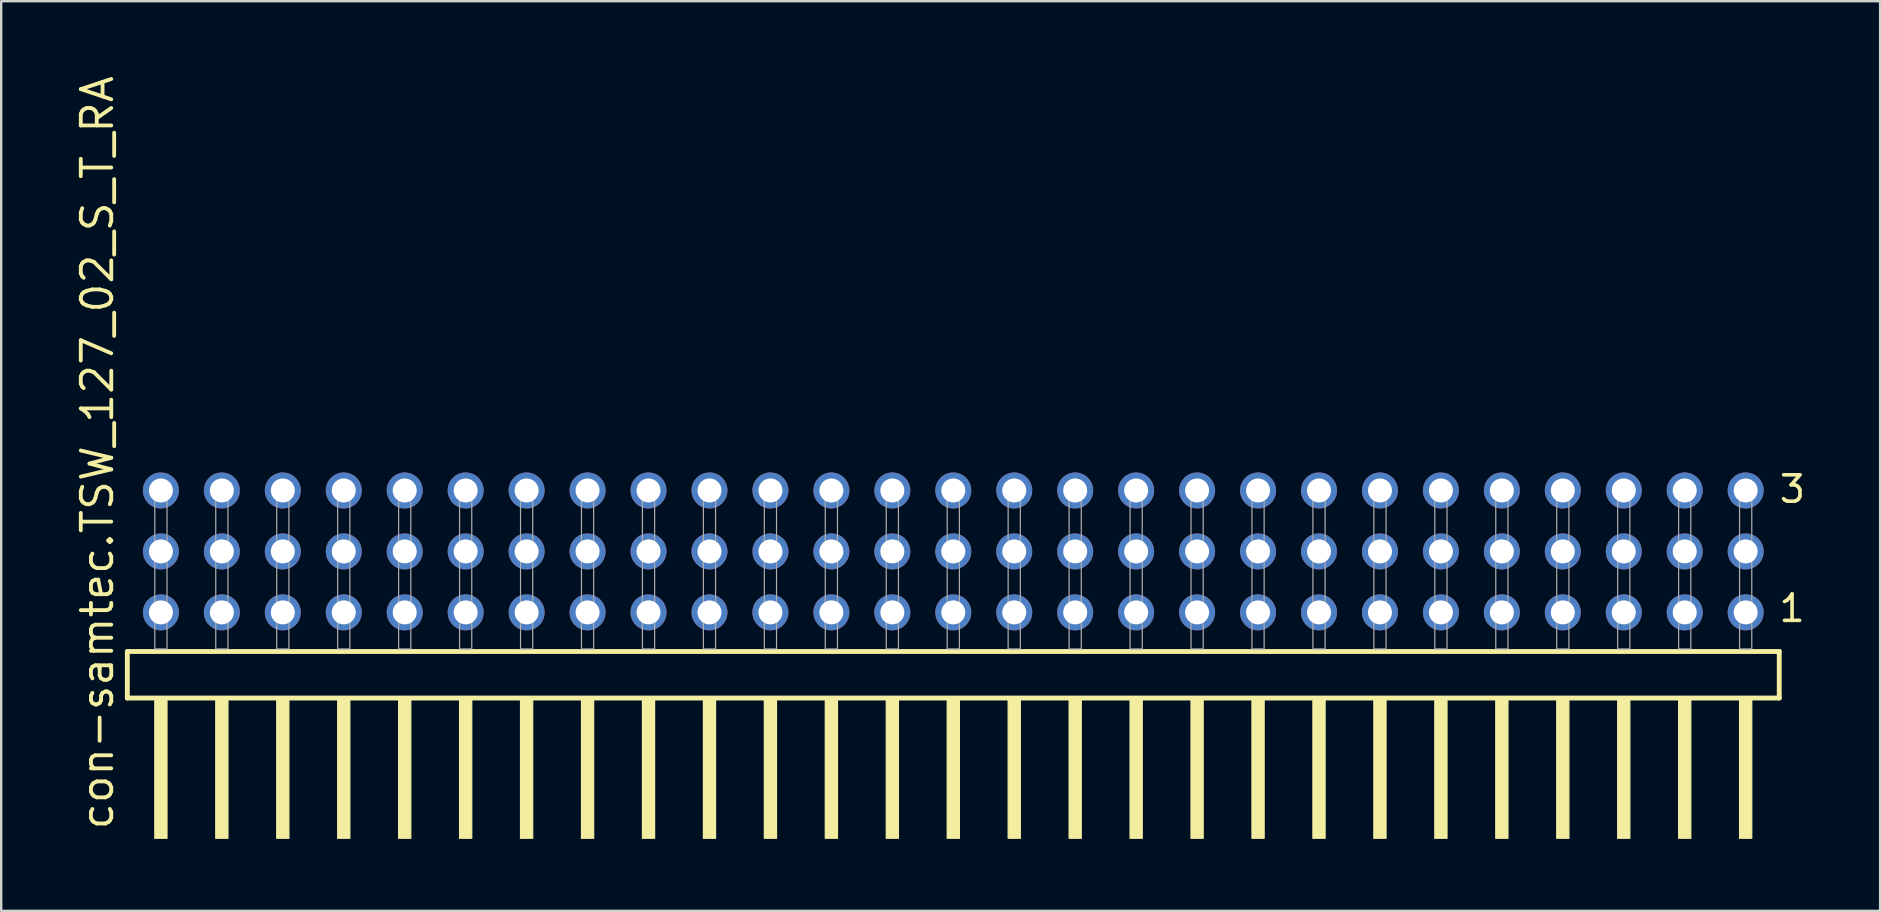
<source format=kicad_pcb>
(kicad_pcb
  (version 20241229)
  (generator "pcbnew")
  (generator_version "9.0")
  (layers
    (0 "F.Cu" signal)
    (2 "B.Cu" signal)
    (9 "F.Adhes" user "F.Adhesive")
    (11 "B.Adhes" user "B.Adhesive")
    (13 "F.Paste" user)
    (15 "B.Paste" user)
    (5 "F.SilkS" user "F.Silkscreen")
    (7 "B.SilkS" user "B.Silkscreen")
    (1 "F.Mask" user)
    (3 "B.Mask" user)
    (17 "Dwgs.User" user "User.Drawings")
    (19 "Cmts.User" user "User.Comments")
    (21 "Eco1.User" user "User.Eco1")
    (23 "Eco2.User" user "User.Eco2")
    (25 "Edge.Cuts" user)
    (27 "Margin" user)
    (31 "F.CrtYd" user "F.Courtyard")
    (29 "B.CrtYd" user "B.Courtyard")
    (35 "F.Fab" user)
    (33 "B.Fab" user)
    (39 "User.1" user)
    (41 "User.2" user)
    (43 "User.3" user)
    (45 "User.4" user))
  (footprint "con-samtec.TSW_127_02_S_T_RA"
    (layer "F.Cu")
    (at 36.675 23.993)
    (property "Reference" "con-samtec.TSW_127_02_S_T_RA" (at -34.925 7.62 90) (layer "F.SilkS") (effects (font (size 1.27 1.27) (thickness 0.16)) (justify left bottom)))
    (attr through_hole)
    (fp_line (start -34.419 0.106) (end -34.419 2.046) (stroke (width 0.203) (type default)) (layer "F.SilkS"))
    (fp_line (start -34.419 2.046) (end 34.419 2.046) (stroke (width 0.203) (type default)) (layer "F.SilkS"))
    (fp_line (start 34.419 0.106) (end -34.419 0.106) (stroke (width 0.203) (type default)) (layer "F.SilkS"))
    (fp_line (start 34.419 2.046) (end 34.419 0.106) (stroke (width 0.203) (type default)) (layer "F.SilkS"))
    (fp_rect (start -33.274 7.89) (end -32.766 2.04) (stroke (width 0.05) (type default)) (fill yes) (layer "F.SilkS"))
    (fp_rect (start -30.734 7.89) (end -30.226 2.04) (stroke (width 0.05) (type default)) (fill yes) (layer "F.SilkS"))
    (fp_rect (start -28.194 7.89) (end -27.686 2.04) (stroke (width 0.05) (type default)) (fill yes) (layer "F.SilkS"))
    (fp_rect (start -25.654 7.89) (end -25.146 2.04) (stroke (width 0.05) (type default)) (fill yes) (layer "F.SilkS"))
    (fp_rect (start -23.114 7.89) (end -22.606 2.04) (stroke (width 0.05) (type default)) (fill yes) (layer "F.SilkS"))
    (fp_rect (start -20.574 7.89) (end -20.066 2.04) (stroke (width 0.05) (type default)) (fill yes) (layer "F.SilkS"))
    (fp_rect (start -18.034 7.89) (end -17.526 2.04) (stroke (width 0.05) (type default)) (fill yes) (layer "F.SilkS"))
    (fp_rect (start -15.494 7.89) (end -14.986 2.04) (stroke (width 0.05) (type default)) (fill yes) (layer "F.SilkS"))
    (fp_rect (start -12.954 7.89) (end -12.446 2.04) (stroke (width 0.05) (type default)) (fill yes) (layer "F.SilkS"))
    (fp_rect (start -10.414 7.89) (end -9.906 2.04) (stroke (width 0.05) (type default)) (fill yes) (layer "F.SilkS"))
    (fp_rect (start -7.874 7.89) (end -7.366 2.04) (stroke (width 0.05) (type default)) (fill yes) (layer "F.SilkS"))
    (fp_rect (start -5.334 7.89) (end -4.826 2.04) (stroke (width 0.05) (type default)) (fill yes) (layer "F.SilkS"))
    (fp_rect (start -2.794 7.89) (end -2.286 2.04) (stroke (width 0.05) (type default)) (fill yes) (layer "F.SilkS"))
    (fp_rect (start -0.254 7.89) (end 0.254 2.04) (stroke (width 0.05) (type default)) (fill yes) (layer "F.SilkS"))
    (fp_rect (start 2.286 7.89) (end 2.794 2.04) (stroke (width 0.05) (type default)) (fill yes) (layer "F.SilkS"))
    (fp_rect (start 4.826 7.89) (end 5.334 2.04) (stroke (width 0.05) (type default)) (fill yes) (layer "F.SilkS"))
    (fp_rect (start 7.366 7.89) (end 7.874 2.04) (stroke (width 0.05) (type default)) (fill yes) (layer "F.SilkS"))
    (fp_rect (start 9.906 7.89) (end 10.414 2.04) (stroke (width 0.05) (type default)) (fill yes) (layer "F.SilkS"))
    (fp_rect (start 12.446 7.89) (end 12.954 2.04) (stroke (width 0.05) (type default)) (fill yes) (layer "F.SilkS"))
    (fp_rect (start 14.986 7.89) (end 15.494 2.04) (stroke (width 0.05) (type default)) (fill yes) (layer "F.SilkS"))
    (fp_rect (start 17.526 7.89) (end 18.034 2.04) (stroke (width 0.05) (type default)) (fill yes) (layer "F.SilkS"))
    (fp_rect (start 20.066 7.89) (end 20.574 2.04) (stroke (width 0.05) (type default)) (fill yes) (layer "F.SilkS"))
    (fp_rect (start 22.606 7.89) (end 23.114 2.04) (stroke (width 0.05) (type default)) (fill yes) (layer "F.SilkS"))
    (fp_rect (start 25.146 7.89) (end 25.654 2.04) (stroke (width 0.05) (type default)) (fill yes) (layer "F.SilkS"))
    (fp_rect (start 27.686 7.89) (end 28.194 2.04) (stroke (width 0.05) (type default)) (fill yes) (layer "F.SilkS"))
    (fp_rect (start 30.226 7.89) (end 30.734 2.04) (stroke (width 0.05) (type default)) (fill yes) (layer "F.SilkS"))
    (fp_rect (start 32.766 7.89) (end 33.274 2.04) (stroke (width 0.05) (type default)) (fill yes) (layer "F.SilkS"))
    (fp_rect (start -33.274 0) (end -32.766 -6.858) (stroke (width 0.05) (type default)) (fill no) (layer "F.Fab"))
    (fp_rect (start -30.734 0) (end -30.226 -6.858) (stroke (width 0.05) (type default)) (fill no) (layer "F.Fab"))
    (fp_rect (start -28.194 0) (end -27.686 -6.858) (stroke (width 0.05) (type default)) (fill no) (layer "F.Fab"))
    (fp_rect (start -25.654 0) (end -25.146 -6.858) (stroke (width 0.05) (type default)) (fill no) (layer "F.Fab"))
    (fp_rect (start -23.114 0) (end -22.606 -6.858) (stroke (width 0.05) (type default)) (fill no) (layer "F.Fab"))
    (fp_rect (start -20.574 0) (end -20.066 -6.858) (stroke (width 0.05) (type default)) (fill no) (layer "F.Fab"))
    (fp_rect (start -18.034 0) (end -17.526 -6.858) (stroke (width 0.05) (type default)) (fill no) (layer "F.Fab"))
    (fp_rect (start -15.494 0) (end -14.986 -6.858) (stroke (width 0.05) (type default)) (fill no) (layer "F.Fab"))
    (fp_rect (start -12.954 0) (end -12.446 -6.858) (stroke (width 0.05) (type default)) (fill no) (layer "F.Fab"))
    (fp_rect (start -10.414 0) (end -9.906 -6.858) (stroke (width 0.05) (type default)) (fill no) (layer "F.Fab"))
    (fp_rect (start -7.874 0) (end -7.366 -6.858) (stroke (width 0.05) (type default)) (fill no) (layer "F.Fab"))
    (fp_rect (start -5.334 0) (end -4.826 -6.858) (stroke (width 0.05) (type default)) (fill no) (layer "F.Fab"))
    (fp_rect (start -2.794 0) (end -2.286 -6.858) (stroke (width 0.05) (type default)) (fill no) (layer "F.Fab"))
    (fp_rect (start -0.254 0) (end 0.254 -6.858) (stroke (width 0.05) (type default)) (fill no) (layer "F.Fab"))
    (fp_rect (start 2.286 0) (end 2.794 -6.858) (stroke (width 0.05) (type default)) (fill no) (layer "F.Fab"))
    (fp_rect (start 4.826 0) (end 5.334 -6.858) (stroke (width 0.05) (type default)) (fill no) (layer "F.Fab"))
    (fp_rect (start 7.366 0) (end 7.874 -6.858) (stroke (width 0.05) (type default)) (fill no) (layer "F.Fab"))
    (fp_rect (start 9.906 0) (end 10.414 -6.858) (stroke (width 0.05) (type default)) (fill no) (layer "F.Fab"))
    (fp_rect (start 12.446 0) (end 12.954 -6.858) (stroke (width 0.05) (type default)) (fill no) (layer "F.Fab"))
    (fp_rect (start 14.986 0) (end 15.494 -6.858) (stroke (width 0.05) (type default)) (fill no) (layer "F.Fab"))
    (fp_rect (start 17.526 0) (end 18.034 -6.858) (stroke (width 0.05) (type default)) (fill no) (layer "F.Fab"))
    (fp_rect (start 20.066 0) (end 20.574 -6.858) (stroke (width 0.05) (type default)) (fill no) (layer "F.Fab"))
    (fp_rect (start 22.606 0) (end 23.114 -6.858) (stroke (width 0.05) (type default)) (fill no) (layer "F.Fab"))
    (fp_rect (start 25.146 0) (end 25.654 -6.858) (stroke (width 0.05) (type default)) (fill no) (layer "F.Fab"))
    (fp_rect (start 27.686 0) (end 28.194 -6.858) (stroke (width 0.05) (type default)) (fill no) (layer "F.Fab"))
    (fp_rect (start 30.226 0) (end 30.734 -6.858) (stroke (width 0.05) (type default)) (fill no) (layer "F.Fab"))
    (fp_rect (start 32.766 0) (end 33.274 -6.858) (stroke (width 0.05) (type default)) (fill no) (layer "F.Fab"))
    (fp_text user "1" (at 34.33 -1.05 0) (layer "F.SilkS") (effects (font (size 1.1 1.1) (thickness 0.15)) (justify left bottom)))
    (fp_text user "3" (at 34.345 -6.015 0) (layer "F.SilkS") (effects (font (size 1.1 1.1) (thickness 0.15)) (justify left bottom)))
    (pad "1" thru_hole circle (at 33.02 -1.524 180) (size 1.5 1.5) (drill 1) (layers "*.Cu" "*.Mask"))
    (pad "2" thru_hole circle (at 33.02 -4.064 180) (size 1.5 1.5) (drill 1) (layers "*.Cu" "*.Mask"))
    (pad "3" thru_hole circle (at 33.02 -6.604 180) (size 1.5 1.5) (drill 1) (layers "*.Cu" "*.Mask"))
    (pad "4" thru_hole circle (at 30.48 -1.524 180) (size 1.5 1.5) (drill 1) (layers "*.Cu" "*.Mask"))
    (pad "5" thru_hole circle (at 30.48 -4.064 180) (size 1.5 1.5) (drill 1) (layers "*.Cu" "*.Mask"))
    (pad "6" thru_hole circle (at 30.48 -6.604 180) (size 1.5 1.5) (drill 1) (layers "*.Cu" "*.Mask"))
    (pad "7" thru_hole circle (at 27.94 -1.524 180) (size 1.5 1.5) (drill 1) (layers "*.Cu" "*.Mask"))
    (pad "8" thru_hole circle (at 27.94 -4.064 180) (size 1.5 1.5) (drill 1) (layers "*.Cu" "*.Mask"))
    (pad "9" thru_hole circle (at 27.94 -6.604 180) (size 1.5 1.5) (drill 1) (layers "*.Cu" "*.Mask"))
    (pad "10" thru_hole circle (at 25.4 -1.524 180) (size 1.5 1.5) (drill 1) (layers "*.Cu" "*.Mask"))
    (pad "11" thru_hole circle (at 25.4 -4.064 180) (size 1.5 1.5) (drill 1) (layers "*.Cu" "*.Mask"))
    (pad "12" thru_hole circle (at 25.4 -6.604 180) (size 1.5 1.5) (drill 1) (layers "*.Cu" "*.Mask"))
    (pad "13" thru_hole circle (at 22.86 -1.524 180) (size 1.5 1.5) (drill 1) (layers "*.Cu" "*.Mask"))
    (pad "14" thru_hole circle (at 22.86 -4.064 180) (size 1.5 1.5) (drill 1) (layers "*.Cu" "*.Mask"))
    (pad "15" thru_hole circle (at 22.86 -6.604 180) (size 1.5 1.5) (drill 1) (layers "*.Cu" "*.Mask"))
    (pad "16" thru_hole circle (at 20.32 -1.524 180) (size 1.5 1.5) (drill 1) (layers "*.Cu" "*.Mask"))
    (pad "17" thru_hole circle (at 20.32 -4.064 180) (size 1.5 1.5) (drill 1) (layers "*.Cu" "*.Mask"))
    (pad "18" thru_hole circle (at 20.32 -6.604 180) (size 1.5 1.5) (drill 1) (layers "*.Cu" "*.Mask"))
    (pad "19" thru_hole circle (at 17.78 -1.524 180) (size 1.5 1.5) (drill 1) (layers "*.Cu" "*.Mask"))
    (pad "20" thru_hole circle (at 17.78 -4.064 180) (size 1.5 1.5) (drill 1) (layers "*.Cu" "*.Mask"))
    (pad "21" thru_hole circle (at 17.78 -6.604 180) (size 1.5 1.5) (drill 1) (layers "*.Cu" "*.Mask"))
    (pad "22" thru_hole circle (at 15.24 -1.524 180) (size 1.5 1.5) (drill 1) (layers "*.Cu" "*.Mask"))
    (pad "23" thru_hole circle (at 15.24 -4.064 180) (size 1.5 1.5) (drill 1) (layers "*.Cu" "*.Mask"))
    (pad "24" thru_hole circle (at 15.24 -6.604 180) (size 1.5 1.5) (drill 1) (layers "*.Cu" "*.Mask"))
    (pad "25" thru_hole circle (at 12.7 -1.524 180) (size 1.5 1.5) (drill 1) (layers "*.Cu" "*.Mask"))
    (pad "26" thru_hole circle (at 12.7 -4.064 180) (size 1.5 1.5) (drill 1) (layers "*.Cu" "*.Mask"))
    (pad "27" thru_hole circle (at 12.7 -6.604 180) (size 1.5 1.5) (drill 1) (layers "*.Cu" "*.Mask"))
    (pad "28" thru_hole circle (at 10.16 -1.524 180) (size 1.5 1.5) (drill 1) (layers "*.Cu" "*.Mask"))
    (pad "29" thru_hole circle (at 10.16 -4.064 180) (size 1.5 1.5) (drill 1) (layers "*.Cu" "*.Mask"))
    (pad "30" thru_hole circle (at 10.16 -6.604 180) (size 1.5 1.5) (drill 1) (layers "*.Cu" "*.Mask"))
    (pad "31" thru_hole circle (at 7.62 -1.524 180) (size 1.5 1.5) (drill 1) (layers "*.Cu" "*.Mask"))
    (pad "32" thru_hole circle (at 7.62 -4.064 180) (size 1.5 1.5) (drill 1) (layers "*.Cu" "*.Mask"))
    (pad "33" thru_hole circle (at 7.62 -6.604 180) (size 1.5 1.5) (drill 1) (layers "*.Cu" "*.Mask"))
    (pad "34" thru_hole circle (at 5.08 -1.524 180) (size 1.5 1.5) (drill 1) (layers "*.Cu" "*.Mask"))
    (pad "35" thru_hole circle (at 5.08 -4.064 180) (size 1.5 1.5) (drill 1) (layers "*.Cu" "*.Mask"))
    (pad "36" thru_hole circle (at 5.08 -6.604 180) (size 1.5 1.5) (drill 1) (layers "*.Cu" "*.Mask"))
    (pad "37" thru_hole circle (at 2.54 -1.524 180) (size 1.5 1.5) (drill 1) (layers "*.Cu" "*.Mask"))
    (pad "38" thru_hole circle (at 2.54 -4.064 180) (size 1.5 1.5) (drill 1) (layers "*.Cu" "*.Mask"))
    (pad "39" thru_hole circle (at 2.54 -6.604 180) (size 1.5 1.5) (drill 1) (layers "*.Cu" "*.Mask"))
    (pad "40" thru_hole circle (at 0 -1.524 180) (size 1.5 1.5) (drill 1) (layers "*.Cu" "*.Mask"))
    (pad "41" thru_hole circle (at 0 -4.064 180) (size 1.5 1.5) (drill 1) (layers "*.Cu" "*.Mask"))
    (pad "42" thru_hole circle (at 0 -6.604 180) (size 1.5 1.5) (drill 1) (layers "*.Cu" "*.Mask"))
    (pad "43" thru_hole circle (at -2.54 -1.524 180) (size 1.5 1.5) (drill 1) (layers "*.Cu" "*.Mask"))
    (pad "44" thru_hole circle (at -2.54 -4.064 180) (size 1.5 1.5) (drill 1) (layers "*.Cu" "*.Mask"))
    (pad "45" thru_hole circle (at -2.54 -6.604 180) (size 1.5 1.5) (drill 1) (layers "*.Cu" "*.Mask"))
    (pad "46" thru_hole circle (at -5.08 -1.524 180) (size 1.5 1.5) (drill 1) (layers "*.Cu" "*.Mask"))
    (pad "47" thru_hole circle (at -5.08 -4.064 180) (size 1.5 1.5) (drill 1) (layers "*.Cu" "*.Mask"))
    (pad "48" thru_hole circle (at -5.08 -6.604 180) (size 1.5 1.5) (drill 1) (layers "*.Cu" "*.Mask"))
    (pad "49" thru_hole circle (at -7.62 -1.524 180) (size 1.5 1.5) (drill 1) (layers "*.Cu" "*.Mask"))
    (pad "50" thru_hole circle (at -7.62 -4.064 180) (size 1.5 1.5) (drill 1) (layers "*.Cu" "*.Mask"))
    (pad "51" thru_hole circle (at -7.62 -6.604 180) (size 1.5 1.5) (drill 1) (layers "*.Cu" "*.Mask"))
    (pad "52" thru_hole circle (at -10.16 -1.524 180) (size 1.5 1.5) (drill 1) (layers "*.Cu" "*.Mask"))
    (pad "53" thru_hole circle (at -10.16 -4.064 180) (size 1.5 1.5) (drill 1) (layers "*.Cu" "*.Mask"))
    (pad "54" thru_hole circle (at -10.16 -6.604 180) (size 1.5 1.5) (drill 1) (layers "*.Cu" "*.Mask"))
    (pad "55" thru_hole circle (at -12.7 -1.524 180) (size 1.5 1.5) (drill 1) (layers "*.Cu" "*.Mask"))
    (pad "56" thru_hole circle (at -12.7 -4.064 180) (size 1.5 1.5) (drill 1) (layers "*.Cu" "*.Mask"))
    (pad "57" thru_hole circle (at -12.7 -6.604 180) (size 1.5 1.5) (drill 1) (layers "*.Cu" "*.Mask"))
    (pad "58" thru_hole circle (at -15.24 -1.524 180) (size 1.5 1.5) (drill 1) (layers "*.Cu" "*.Mask"))
    (pad "59" thru_hole circle (at -15.24 -4.064 180) (size 1.5 1.5) (drill 1) (layers "*.Cu" "*.Mask"))
    (pad "60" thru_hole circle (at -15.24 -6.604 180) (size 1.5 1.5) (drill 1) (layers "*.Cu" "*.Mask"))
    (pad "61" thru_hole circle (at -17.78 -1.524 180) (size 1.5 1.5) (drill 1) (layers "*.Cu" "*.Mask"))
    (pad "62" thru_hole circle (at -17.78 -4.064 180) (size 1.5 1.5) (drill 1) (layers "*.Cu" "*.Mask"))
    (pad "63" thru_hole circle (at -17.78 -6.604 180) (size 1.5 1.5) (drill 1) (layers "*.Cu" "*.Mask"))
    (pad "64" thru_hole circle (at -20.32 -1.524 180) (size 1.5 1.5) (drill 1) (layers "*.Cu" "*.Mask"))
    (pad "65" thru_hole circle (at -20.32 -4.064 180) (size 1.5 1.5) (drill 1) (layers "*.Cu" "*.Mask"))
    (pad "66" thru_hole circle (at -20.32 -6.604 180) (size 1.5 1.5) (drill 1) (layers "*.Cu" "*.Mask"))
    (pad "67" thru_hole circle (at -22.86 -1.524 180) (size 1.5 1.5) (drill 1) (layers "*.Cu" "*.Mask"))
    (pad "68" thru_hole circle (at -22.86 -4.064 180) (size 1.5 1.5) (drill 1) (layers "*.Cu" "*.Mask"))
    (pad "69" thru_hole circle (at -22.86 -6.604 180) (size 1.5 1.5) (drill 1) (layers "*.Cu" "*.Mask"))
    (pad "70" thru_hole circle (at -25.4 -1.524 180) (size 1.5 1.5) (drill 1) (layers "*.Cu" "*.Mask"))
    (pad "71" thru_hole circle (at -25.4 -4.064 180) (size 1.5 1.5) (drill 1) (layers "*.Cu" "*.Mask"))
    (pad "72" thru_hole circle (at -25.4 -6.604 180) (size 1.5 1.5) (drill 1) (layers "*.Cu" "*.Mask"))
    (pad "73" thru_hole circle (at -27.94 -1.524 180) (size 1.5 1.5) (drill 1) (layers "*.Cu" "*.Mask"))
    (pad "74" thru_hole circle (at -27.94 -4.064 180) (size 1.5 1.5) (drill 1) (layers "*.Cu" "*.Mask"))
    (pad "75" thru_hole circle (at -27.94 -6.604 180) (size 1.5 1.5) (drill 1) (layers "*.Cu" "*.Mask"))
    (pad "76" thru_hole circle (at -30.48 -1.524 180) (size 1.5 1.5) (drill 1) (layers "*.Cu" "*.Mask"))
    (pad "77" thru_hole circle (at -30.48 -4.064 180) (size 1.5 1.5) (drill 1) (layers "*.Cu" "*.Mask"))
    (pad "78" thru_hole circle (at -30.48 -6.604 180) (size 1.5 1.5) (drill 1) (layers "*.Cu" "*.Mask"))
    (pad "79" thru_hole circle (at -33.02 -1.524 180) (size 1.5 1.5) (drill 1) (layers "*.Cu" "*.Mask"))
    (pad "80" thru_hole circle (at -33.02 -4.064 180) (size 1.5 1.5) (drill 1) (layers "*.Cu" "*.Mask"))
    (pad "81" thru_hole circle (at -33.02 -6.604 180) (size 1.5 1.5) (drill 1) (layers "*.Cu" "*.Mask")))
  (gr_rect
    (start -3 -3)
    (end 75.298 34.908)
    (stroke (width 0.1) (type default))
    (fill no)
    (layer "Edge.Cuts")))
</source>
